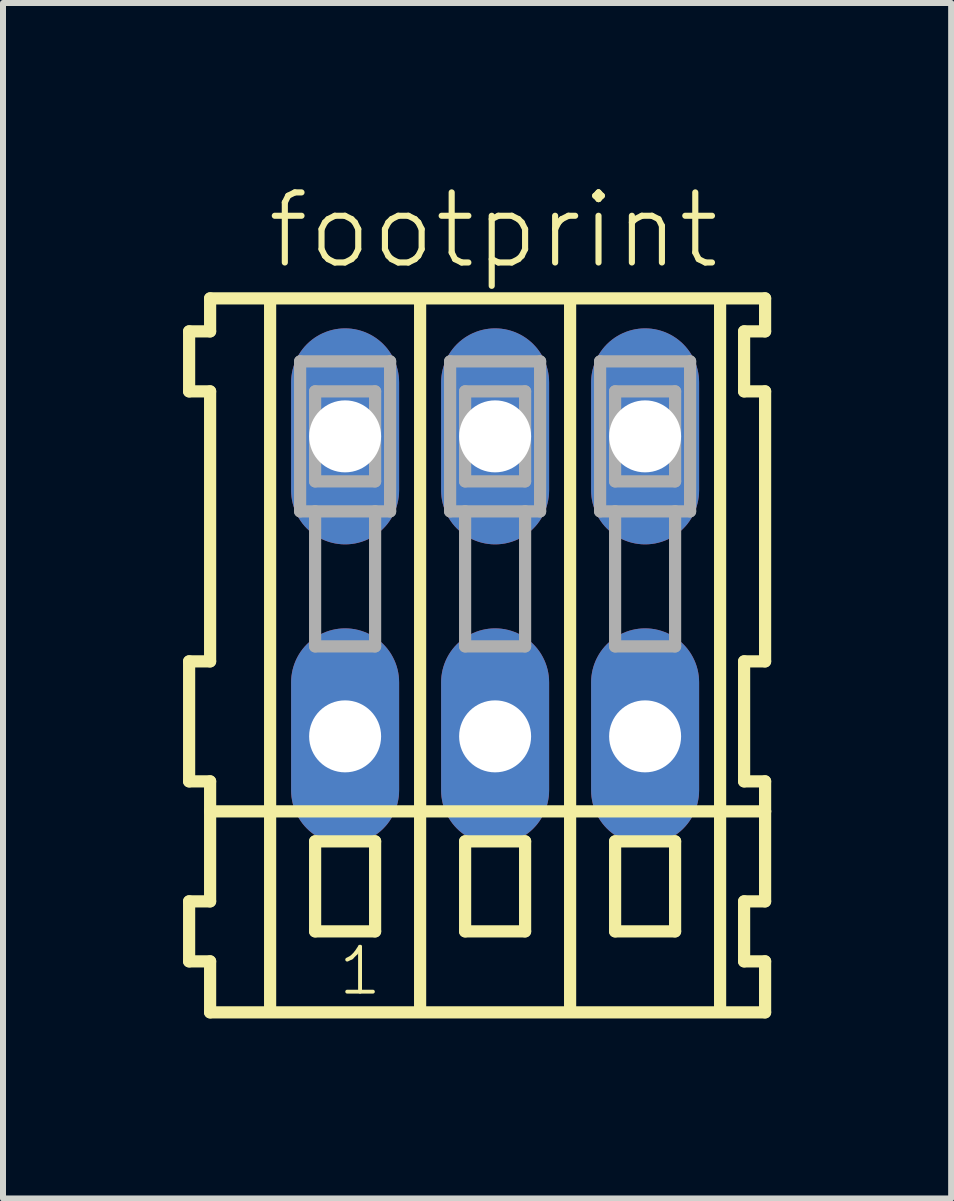
<source format=kicad_pcb>
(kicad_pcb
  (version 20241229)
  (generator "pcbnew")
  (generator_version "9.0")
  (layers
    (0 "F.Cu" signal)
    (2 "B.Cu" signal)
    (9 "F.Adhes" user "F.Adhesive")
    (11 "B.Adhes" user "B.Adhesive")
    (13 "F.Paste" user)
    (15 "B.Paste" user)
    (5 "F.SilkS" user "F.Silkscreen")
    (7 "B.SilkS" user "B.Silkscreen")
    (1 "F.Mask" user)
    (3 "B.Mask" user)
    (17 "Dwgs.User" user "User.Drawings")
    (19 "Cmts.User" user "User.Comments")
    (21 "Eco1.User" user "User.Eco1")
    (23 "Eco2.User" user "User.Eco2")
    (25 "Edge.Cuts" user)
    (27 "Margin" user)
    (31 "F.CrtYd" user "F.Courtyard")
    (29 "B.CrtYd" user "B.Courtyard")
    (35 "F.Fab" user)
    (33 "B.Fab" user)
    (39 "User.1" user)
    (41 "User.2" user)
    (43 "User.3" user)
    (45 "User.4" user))
  (footprint "footprint"
    (layer "F.Cu")
    (at 5.202 6.723)
    (property "Reference" "footprint" (at -3.85 -5.25 0) (layer "F.SilkS") (effects (font (size 1.168 1.168) (thickness 0.102)) (justify left bottom)))
    (fp_line (start -5.1 -4.25) (end -5.1 -3.25) (stroke (width 0.203) (type solid)) (layer "F.SilkS"))
    (fp_line (start -5.1 -3.25) (end -4.75 -3.25) (stroke (width 0.203) (type solid)) (layer "F.SilkS"))
    (fp_line (start -5.1 1.25) (end -5.1 3.25) (stroke (width 0.203) (type solid)) (layer "F.SilkS"))
    (fp_line (start -5.1 3.25) (end -4.75 3.25) (stroke (width 0.203) (type solid)) (layer "F.SilkS"))
    (fp_line (start -5.1 5.25) (end -5.1 6.25) (stroke (width 0.203) (type solid)) (layer "F.SilkS"))
    (fp_line (start -5.1 6.25) (end -4.75 6.25) (stroke (width 0.203) (type solid)) (layer "F.SilkS"))
    (fp_line (start -4.75 -4.8) (end -4.75 -4.25) (stroke (width 0.203) (type solid)) (layer "F.SilkS"))
    (fp_line (start -4.75 -4.25) (end -5.1 -4.25) (stroke (width 0.203) (type solid)) (layer "F.SilkS"))
    (fp_line (start -4.75 -3.25) (end -4.75 1.25) (stroke (width 0.203) (type solid)) (layer "F.SilkS"))
    (fp_line (start -4.75 1.25) (end -5.1 1.25) (stroke (width 0.203) (type solid)) (layer "F.SilkS"))
    (fp_line (start -4.75 3.25) (end -4.75 5.25) (stroke (width 0.203) (type solid)) (layer "F.SilkS"))
    (fp_line (start -4.75 3.75) (end 4.5 3.75) (stroke (width 0.203) (type solid)) (layer "F.SilkS"))
    (fp_line (start -4.75 5.25) (end -5.1 5.25) (stroke (width 0.203) (type solid)) (layer "F.SilkS"))
    (fp_line (start -4.75 6.25) (end -4.75 7.1) (stroke (width 0.203) (type solid)) (layer "F.SilkS"))
    (fp_line (start -4.75 7.1) (end 4.5 7.1) (stroke (width 0.203) (type solid)) (layer "F.SilkS"))
    (fp_line (start -3.75 -4.75) (end -3.75 7) (stroke (width 0.203) (type solid)) (layer "F.SilkS"))
    (fp_line (start -3 4.25) (end -3 5.75) (stroke (width 0.203) (type solid)) (layer "F.SilkS"))
    (fp_line (start -3 5.75) (end -2 5.75) (stroke (width 0.203) (type solid)) (layer "F.SilkS"))
    (fp_line (start -2 4.25) (end -3 4.25) (stroke (width 0.203) (type solid)) (layer "F.SilkS"))
    (fp_line (start -2 5.75) (end -2 4.25) (stroke (width 0.203) (type solid)) (layer "F.SilkS"))
    (fp_line (start -1.25 -4.75) (end -1.25 7) (stroke (width 0.203) (type solid)) (layer "F.SilkS"))
    (fp_line (start -0.5 4.25) (end -0.5 5.75) (stroke (width 0.203) (type solid)) (layer "F.SilkS"))
    (fp_line (start -0.5 5.75) (end 0.5 5.75) (stroke (width 0.203) (type solid)) (layer "F.SilkS"))
    (fp_line (start 0.5 4.25) (end -0.5 4.25) (stroke (width 0.203) (type solid)) (layer "F.SilkS"))
    (fp_line (start 0.5 5.75) (end 0.5 4.25) (stroke (width 0.203) (type solid)) (layer "F.SilkS"))
    (fp_line (start 1.25 -4.75) (end 1.25 7) (stroke (width 0.203) (type solid)) (layer "F.SilkS"))
    (fp_line (start 2 4.25) (end 2 5.75) (stroke (width 0.203) (type solid)) (layer "F.SilkS"))
    (fp_line (start 2 5.75) (end 3 5.75) (stroke (width 0.203) (type solid)) (layer "F.SilkS"))
    (fp_line (start 3 4.25) (end 2 4.25) (stroke (width 0.203) (type solid)) (layer "F.SilkS"))
    (fp_line (start 3 5.75) (end 3 4.25) (stroke (width 0.203) (type solid)) (layer "F.SilkS"))
    (fp_line (start 3.75 -4.75) (end 3.75 7) (stroke (width 0.203) (type solid)) (layer "F.SilkS"))
    (fp_line (start 4.15 -4.25) (end 4.15 -3.25) (stroke (width 0.203) (type solid)) (layer "F.SilkS"))
    (fp_line (start 4.15 -3.25) (end 4.5 -3.25) (stroke (width 0.203) (type solid)) (layer "F.SilkS"))
    (fp_line (start 4.15 1.25) (end 4.15 3.25) (stroke (width 0.203) (type solid)) (layer "F.SilkS"))
    (fp_line (start 4.15 3.25) (end 4.5 3.25) (stroke (width 0.203) (type solid)) (layer "F.SilkS"))
    (fp_line (start 4.15 5.25) (end 4.15 6.25) (stroke (width 0.203) (type solid)) (layer "F.SilkS"))
    (fp_line (start 4.15 6.25) (end 4.5 6.25) (stroke (width 0.203) (type solid)) (layer "F.SilkS"))
    (fp_line (start 4.5 -4.8) (end -4.75 -4.8) (stroke (width 0.203) (type solid)) (layer "F.SilkS"))
    (fp_line (start 4.5 -4.25) (end 4.15 -4.25) (stroke (width 0.203) (type solid)) (layer "F.SilkS"))
    (fp_line (start 4.5 -4.25) (end 4.5 -4.8) (stroke (width 0.203) (type solid)) (layer "F.SilkS"))
    (fp_line (start 4.5 1.25) (end 4.15 1.25) (stroke (width 0.203) (type solid)) (layer "F.SilkS"))
    (fp_line (start 4.5 1.25) (end 4.5 -3.25) (stroke (width 0.203) (type solid)) (layer "F.SilkS"))
    (fp_line (start 4.5 3.75) (end 4.5 3.25) (stroke (width 0.203) (type solid)) (layer "F.SilkS"))
    (fp_line (start 4.5 5.25) (end 4.15 5.25) (stroke (width 0.203) (type solid)) (layer "F.SilkS"))
    (fp_line (start 4.5 5.25) (end 4.5 3.75) (stroke (width 0.203) (type solid)) (layer "F.SilkS"))
    (fp_line (start 4.5 7.1) (end 4.5 6.25) (stroke (width 0.203) (type solid)) (layer "F.SilkS"))
    (fp_line (start -3.25 -3.75) (end -3.25 -1.25) (stroke (width 0.203) (type solid)) (layer "F.Fab"))
    (fp_line (start -3.25 -1.25) (end -3 -1.25) (stroke (width 0.203) (type solid)) (layer "F.Fab"))
    (fp_line (start -3 -3.25) (end -3 -1.75) (stroke (width 0.203) (type solid)) (layer "F.Fab"))
    (fp_line (start -3 -1.75) (end -2 -1.75) (stroke (width 0.203) (type solid)) (layer "F.Fab"))
    (fp_line (start -3 -1.25) (end -3 1) (stroke (width 0.203) (type solid)) (layer "F.Fab"))
    (fp_line (start -3 -1.25) (end -2 -1.25) (stroke (width 0.203) (type solid)) (layer "F.Fab"))
    (fp_line (start -3 1) (end -2 1) (stroke (width 0.203) (type solid)) (layer "F.Fab"))
    (fp_line (start -2 -3.25) (end -3 -3.25) (stroke (width 0.203) (type solid)) (layer "F.Fab"))
    (fp_line (start -2 -1.75) (end -2 -3.25) (stroke (width 0.203) (type solid)) (layer "F.Fab"))
    (fp_line (start -2 -1.25) (end -1.75 -1.25) (stroke (width 0.203) (type solid)) (layer "F.Fab"))
    (fp_line (start -2 1) (end -2 -1.25) (stroke (width 0.203) (type solid)) (layer "F.Fab"))
    (fp_line (start -1.75 -3.75) (end -3.25 -3.75) (stroke (width 0.203) (type solid)) (layer "F.Fab"))
    (fp_line (start -1.75 -1.25) (end -1.75 -3.75) (stroke (width 0.203) (type solid)) (layer "F.Fab"))
    (fp_line (start -0.75 -3.75) (end -0.75 -1.25) (stroke (width 0.203) (type solid)) (layer "F.Fab"))
    (fp_line (start -0.75 -1.25) (end -0.5 -1.25) (stroke (width 0.203) (type solid)) (layer "F.Fab"))
    (fp_line (start -0.5 -3.25) (end -0.5 -1.75) (stroke (width 0.203) (type solid)) (layer "F.Fab"))
    (fp_line (start -0.5 -1.75) (end 0.5 -1.75) (stroke (width 0.203) (type solid)) (layer "F.Fab"))
    (fp_line (start -0.5 -1.25) (end -0.5 1) (stroke (width 0.203) (type solid)) (layer "F.Fab"))
    (fp_line (start -0.5 -1.25) (end 0.5 -1.25) (stroke (width 0.203) (type solid)) (layer "F.Fab"))
    (fp_line (start -0.5 1) (end 0.5 1) (stroke (width 0.203) (type solid)) (layer "F.Fab"))
    (fp_line (start 0.5 -3.25) (end -0.5 -3.25) (stroke (width 0.203) (type solid)) (layer "F.Fab"))
    (fp_line (start 0.5 -1.75) (end 0.5 -3.25) (stroke (width 0.203) (type solid)) (layer "F.Fab"))
    (fp_line (start 0.5 -1.25) (end 0.75 -1.25) (stroke (width 0.203) (type solid)) (layer "F.Fab"))
    (fp_line (start 0.5 1) (end 0.5 -1.25) (stroke (width 0.203) (type solid)) (layer "F.Fab"))
    (fp_line (start 0.75 -3.75) (end -0.75 -3.75) (stroke (width 0.203) (type solid)) (layer "F.Fab"))
    (fp_line (start 0.75 -1.25) (end 0.75 -3.75) (stroke (width 0.203) (type solid)) (layer "F.Fab"))
    (fp_line (start 1.75 -3.75) (end 1.75 -1.25) (stroke (width 0.203) (type solid)) (layer "F.Fab"))
    (fp_line (start 1.75 -1.25) (end 2 -1.25) (stroke (width 0.203) (type solid)) (layer "F.Fab"))
    (fp_line (start 2 -3.25) (end 2 -1.75) (stroke (width 0.203) (type solid)) (layer "F.Fab"))
    (fp_line (start 2 -1.75) (end 3 -1.75) (stroke (width 0.203) (type solid)) (layer "F.Fab"))
    (fp_line (start 2 -1.25) (end 2 1) (stroke (width 0.203) (type solid)) (layer "F.Fab"))
    (fp_line (start 2 -1.25) (end 3 -1.25) (stroke (width 0.203) (type solid)) (layer "F.Fab"))
    (fp_line (start 2 1) (end 3 1) (stroke (width 0.203) (type solid)) (layer "F.Fab"))
    (fp_line (start 3 -3.25) (end 2 -3.25) (stroke (width 0.203) (type solid)) (layer "F.Fab"))
    (fp_line (start 3 -1.75) (end 3 -3.25) (stroke (width 0.203) (type solid)) (layer "F.Fab"))
    (fp_line (start 3 -1.25) (end 3.25 -1.25) (stroke (width 0.203) (type solid)) (layer "F.Fab"))
    (fp_line (start 3 1) (end 3 -1.25) (stroke (width 0.203) (type solid)) (layer "F.Fab"))
    (fp_line (start 3.25 -3.75) (end 1.75 -3.75) (stroke (width 0.203) (type solid)) (layer "F.Fab"))
    (fp_line (start 3.25 -1.25) (end 3.25 -3.75) (stroke (width 0.203) (type solid)) (layer "F.Fab"))
    (fp_text user "1" (at -2.65 6.85 0) (layer "F.SilkS") (effects (font (size 0.748 0.748) (thickness 0.065)) (justify left bottom)))
    (pad "A1" thru_hole oval (at -2.5 -2.5 90) (size 3.6 1.8) (drill 1.2) (layers "*.Cu" "*.Mask"))
    (pad "A2" thru_hole oval (at 0 -2.5 90) (size 3.6 1.8) (drill 1.2) (layers "*.Cu" "*.Mask"))
    (pad "A3" thru_hole oval (at 2.5 -2.5 90) (size 3.6 1.8) (drill 1.2) (layers "*.Cu" "*.Mask"))
    (pad "B1" thru_hole oval (at -2.5 2.5 90) (size 3.6 1.8) (drill 1.2) (layers "*.Cu" "*.Mask"))
    (pad "B2" thru_hole oval (at 0 2.5 90) (size 3.6 1.8) (drill 1.2) (layers "*.Cu" "*.Mask"))
    (pad "B3" thru_hole oval (at 2.5 2.5 90) (size 3.6 1.8) (drill 1.2) (layers "*.Cu" "*.Mask")))
  (gr_rect
    (start -3 -3)
    (end 12.803 16.925)
    (stroke (width 0.1) (type default))
    (fill no)
    (layer "Edge.Cuts")))
</source>
